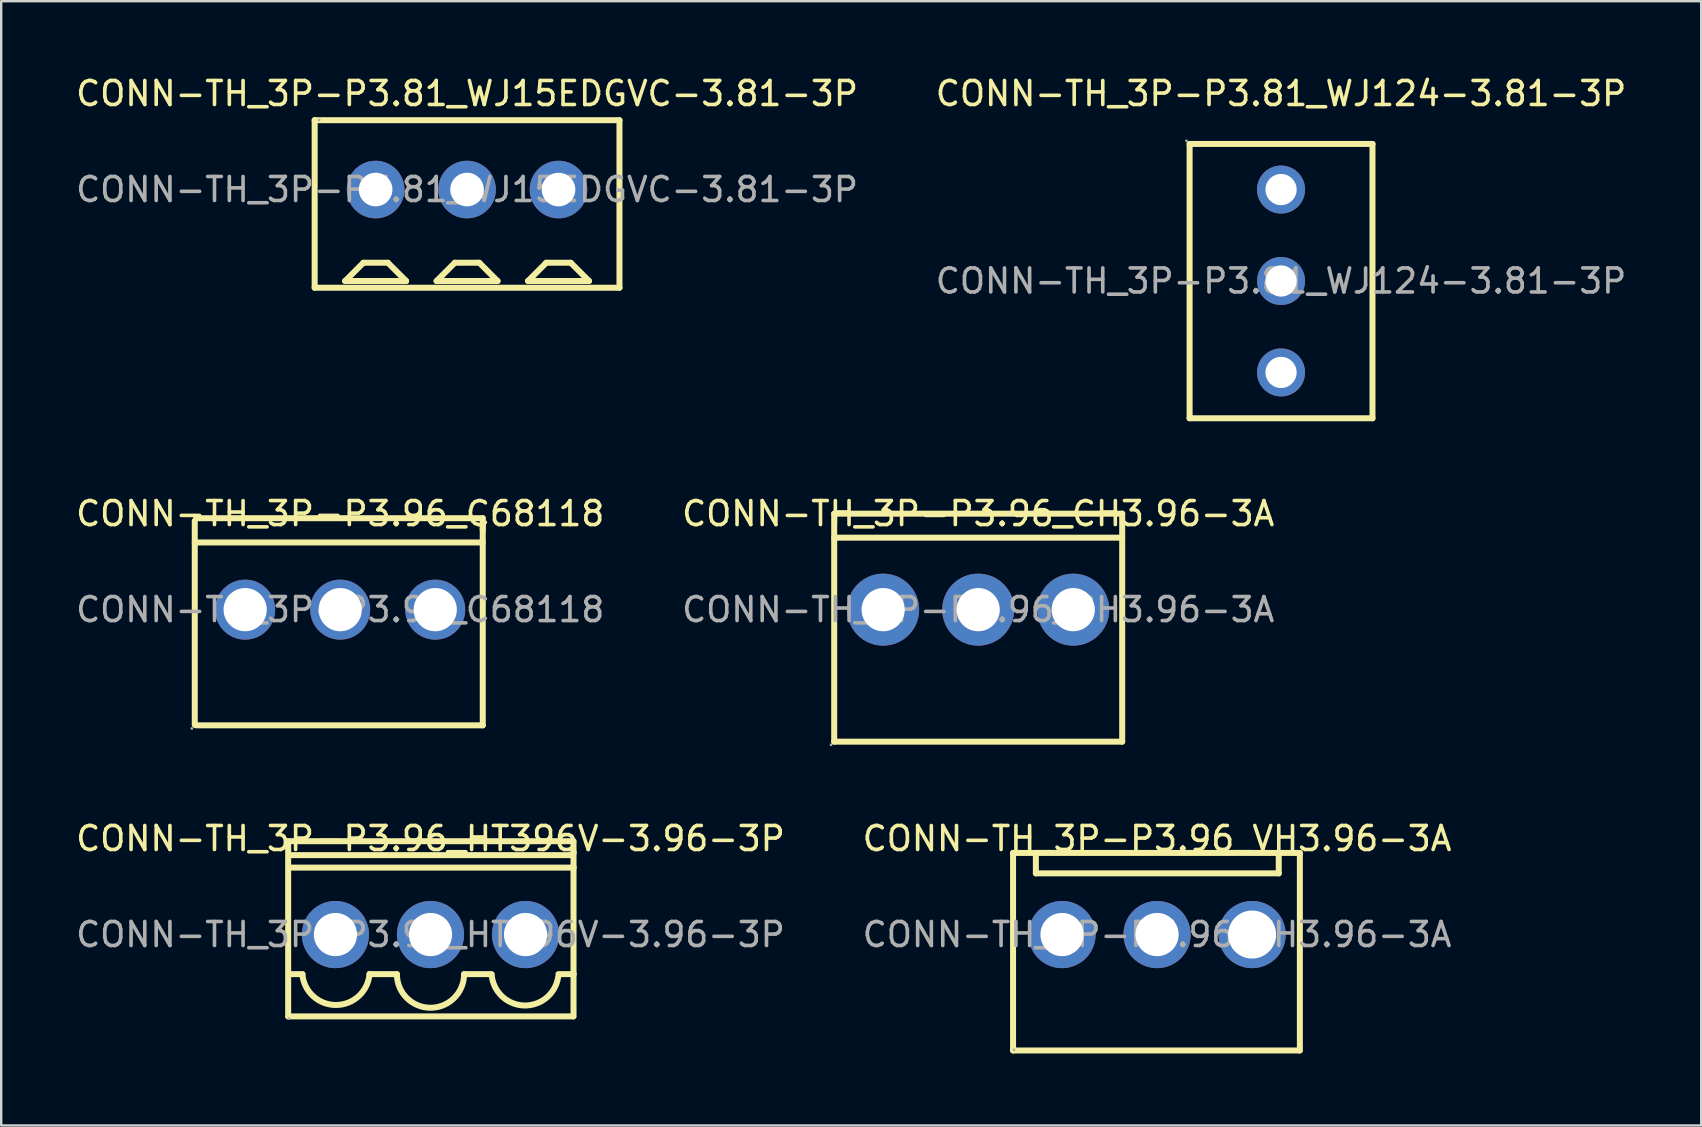
<source format=kicad_pcb>
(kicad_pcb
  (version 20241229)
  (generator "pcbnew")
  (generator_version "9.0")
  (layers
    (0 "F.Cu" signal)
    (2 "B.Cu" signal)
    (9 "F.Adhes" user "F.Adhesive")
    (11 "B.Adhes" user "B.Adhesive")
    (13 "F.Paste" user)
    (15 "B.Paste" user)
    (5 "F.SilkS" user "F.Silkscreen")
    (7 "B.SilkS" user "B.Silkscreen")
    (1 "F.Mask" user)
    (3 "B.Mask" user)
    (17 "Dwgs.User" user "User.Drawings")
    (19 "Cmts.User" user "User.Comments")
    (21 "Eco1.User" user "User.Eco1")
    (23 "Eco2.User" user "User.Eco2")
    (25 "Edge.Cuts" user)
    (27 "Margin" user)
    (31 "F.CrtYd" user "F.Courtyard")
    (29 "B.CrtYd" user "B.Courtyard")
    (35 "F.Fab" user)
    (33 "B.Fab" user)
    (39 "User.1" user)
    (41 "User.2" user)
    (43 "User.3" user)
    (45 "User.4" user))
  (footprint "CONN-TH_3P-P3.96_VH3.96-3A"
    (layer "F.Cu")
    (at 45.161 35.89)
    (property "Reference" "CONN-TH_3P-P3.96_VH3.96-3A" (at 0 -4 0) (layer "F.SilkS") (effects (font (size 1 1) (thickness 0.15))))
    (attr through_hole)
    (fp_line (start -6 -3.4) (end 5.95 -3.4) (stroke (width 0.25) (type solid)) (layer "F.SilkS"))
    (fp_line (start -6 4.83) (end -6 -3.4) (stroke (width 0.25) (type solid)) (layer "F.SilkS"))
    (fp_line (start -5.05 -2.55) (end -5.05 -3.4) (stroke (width 0.25) (type solid)) (layer "F.SilkS"))
    (fp_line (start 5.07 -3.4) (end 5.07 -2.55) (stroke (width 0.25) (type solid)) (layer "F.SilkS"))
    (fp_line (start 5.07 -2.55) (end -5.05 -2.55) (stroke (width 0.25) (type solid)) (layer "F.SilkS"))
    (fp_line (start 5.94 4.83) (end -6 4.83) (stroke (width 0.25) (type solid)) (layer "F.SilkS"))
    (fp_line (start 5.95 -3.4) (end 5.95 4.83) (stroke (width 0.25) (type solid)) (layer "F.SilkS"))
    (fp_circle (center -5.96 4.8) (end -5.93 4.8) (stroke (width 0.06) (type solid)) (fill no) (layer "F.Fab"))
    (fp_text user "${REFERENCE}" (at 0 0 0) (layer "F.Fab") (effects (font (size 1 1) (thickness 0.15))))
    (pad "1" thru_hole circle (at -3.96 0) (size 2.8 2.8) (drill 1.8) (layers "*.Cu" "*.Paste" "*.Mask"))
    (pad "2" thru_hole circle (at 0 0) (size 2.8 2.8) (drill 1.8) (layers "*.Cu" "*.Paste" "*.Mask"))
    (pad "3" thru_hole circle (at 3.96 0) (size 2.8 2.8) (drill 2) (layers "*.Cu" "*.Paste" "*.Mask")))
  (footprint "CONN-TH_3P-P3.96_HT396V-3.96-3P"
    (layer "F.Cu")
    (at 14.887 35.89)
    (property "Reference" "CONN-TH_3P-P3.96_HT396V-3.96-3P" (at 0 -4 0) (layer "F.SilkS") (effects (font (size 1 1) (thickness 0.15))))
    (attr through_hole)
    (fp_line (start -5.93 -3.89) (end -5.93 3.41) (stroke (width 0.25) (type solid)) (layer "F.SilkS"))
    (fp_line (start -5.93 -3.89) (end 5.95 -3.89) (stroke (width 0.25) (type solid)) (layer "F.SilkS"))
    (fp_line (start -5.93 3.41) (end 5.95 3.41) (stroke (width 0.25) (type solid)) (layer "F.SilkS"))
    (fp_line (start -5.84 -3.31) (end 5.84 -3.31) (stroke (width 0.25) (type solid)) (layer "F.SilkS"))
    (fp_line (start -5.84 -2.79) (end 5.97 -2.79) (stroke (width 0.25) (type solid)) (layer "F.SilkS"))
    (fp_line (start -5.84 1.65) (end -5.33 1.65) (stroke (width 0.25) (type solid)) (layer "F.SilkS"))
    (fp_line (start -2.54 1.65) (end -1.4 1.65) (stroke (width 0.25) (type solid)) (layer "F.SilkS"))
    (fp_line (start 1.4 1.65) (end 2.54 1.65) (stroke (width 0.25) (type solid)) (layer "F.SilkS"))
    (fp_line (start 5.33 1.65) (end 5.97 1.65) (stroke (width 0.25) (type solid)) (layer "F.SilkS"))
    (fp_line (start 5.84 -3.31) (end 5.97 -3.42) (stroke (width 0.25) (type solid)) (layer "F.SilkS"))
    (fp_line (start 5.96 -3.89) (end 5.96 3.41) (stroke (width 0.25) (type solid)) (layer "F.SilkS"))
    (fp_arc (start -2.54 1.64) (mid -3.931485 2.934289) (end -5.338563 1.65697) (stroke (width 0.25) (type solid)) (layer "F.SilkS"))
    (fp_arc (start 1.4 1.65) (mid 0 3.05) (end -1.4 1.65) (stroke (width 0.25) (type solid)) (layer "F.SilkS"))
    (fp_arc (start 5.32 1.77) (mid 3.885014 2.954803) (end 2.547751 1.660713) (stroke (width 0.25) (type solid)) (layer "F.SilkS"))
    (fp_circle (center -5.9 3.5) (end -5.87 3.5) (stroke (width 0.06) (type solid)) (fill no) (layer "F.Fab"))
    (fp_text user "${REFERENCE}" (at 0 0 0) (layer "F.Fab") (effects (font (size 1 1) (thickness 0.15))))
    (pad "1" thru_hole circle (at -3.96 0) (size 2.8 2.8) (drill 1.8) (layers "*.Cu" "*.Paste" "*.Mask"))
    (pad "2" thru_hole circle (at 0 0) (size 2.8 2.8) (drill 1.8) (layers "*.Cu" "*.Paste" "*.Mask"))
    (pad "3" thru_hole circle (at 3.96 0) (size 2.8 2.8) (drill 1.8) (layers "*.Cu" "*.Paste" "*.Mask")))
  (footprint "CONN-TH_3P-P3.81_WJ15EDGVC-3.81-3P"
    (layer "F.Cu")
    (at 16.411 4.848)
    (property "Reference" "CONN-TH_3P-P3.81_WJ15EDGVC-3.81-3P" (at 0 -4 0) (layer "F.SilkS") (effects (font (size 1 1) (thickness 0.15))))
    (attr through_hole)
    (fp_line (start -6.35 -2.89) (end -6.35 4.09) (stroke (width 0.25) (type solid)) (layer "F.SilkS"))
    (fp_line (start -6.35 -2.89) (end 6.35 -2.89) (stroke (width 0.25) (type solid)) (layer "F.SilkS"))
    (fp_line (start -6.35 4.09) (end 6.35 4.09) (stroke (width 0.25) (type solid)) (layer "F.SilkS"))
    (fp_line (start -5.08 3.81) (end -4.32 3.05) (stroke (width 0.25) (type solid)) (layer "F.SilkS"))
    (fp_line (start -4.32 3.05) (end -3.3 3.05) (stroke (width 0.25) (type solid)) (layer "F.SilkS"))
    (fp_line (start -3.3 3.05) (end -2.54 3.81) (stroke (width 0.25) (type solid)) (layer "F.SilkS"))
    (fp_line (start -2.54 3.81) (end -5.08 3.81) (stroke (width 0.25) (type solid)) (layer "F.SilkS"))
    (fp_line (start -1.27 3.81) (end -0.51 3.05) (stroke (width 0.25) (type solid)) (layer "F.SilkS"))
    (fp_line (start -0.51 3.05) (end 0.51 3.05) (stroke (width 0.25) (type solid)) (layer "F.SilkS"))
    (fp_line (start 0.51 3.05) (end 1.27 3.81) (stroke (width 0.25) (type solid)) (layer "F.SilkS"))
    (fp_line (start 1.27 3.81) (end -1.27 3.81) (stroke (width 0.25) (type solid)) (layer "F.SilkS"))
    (fp_line (start 2.54 3.81) (end 3.3 3.05) (stroke (width 0.25) (type solid)) (layer "F.SilkS"))
    (fp_line (start 3.3 3.05) (end 4.32 3.05) (stroke (width 0.25) (type solid)) (layer "F.SilkS"))
    (fp_line (start 4.32 3.05) (end 5.08 3.81) (stroke (width 0.25) (type solid)) (layer "F.SilkS"))
    (fp_line (start 5.08 3.81) (end 2.54 3.81) (stroke (width 0.25) (type solid)) (layer "F.SilkS"))
    (fp_line (start 6.35 -2.89) (end 6.35 4.09) (stroke (width 0.25) (type solid)) (layer "F.SilkS"))
    (fp_circle (center -6.16 -2.9) (end -6.13 -2.9) (stroke (width 0.06) (type solid)) (fill no) (layer "F.Fab"))
    (fp_circle (center -3.81 0) (end -3.51 0) (stroke (width 0.6) (type solid)) (fill no) (layer "F.Fab"))
    (fp_circle (center 0 0) (end 0.3 0) (stroke (width 0.6) (type solid)) (fill no) (layer "F.Fab"))
    (fp_circle (center 3.81 0) (end 4.11 0) (stroke (width 0.6) (type solid)) (fill no) (layer "F.Fab"))
    (fp_text user "${REFERENCE}" (at 0 0 0) (layer "F.Fab") (effects (font (size 1 1) (thickness 0.15))))
    (pad "1" thru_hole circle (at -3.81 0) (size 2.4 2.4) (drill 1.4) (layers "*.Cu" "*.Paste" "*.Mask"))
    (pad "2" thru_hole circle (at 0 0) (size 2.4 2.4) (drill 1.4) (layers "*.Cu" "*.Paste" "*.Mask"))
    (pad "3" thru_hole circle (at 3.81 0) (size 2.4 2.4) (drill 1.4) (layers "*.Cu" "*.Paste" "*.Mask")))
  (footprint "CONN-TH_3P-P3.96_C68118"
    (layer "F.Cu")
    (at 11.125 22.352)
    (property "Reference" "CONN-TH_3P-P3.96_C68118" (at 0 -4 0) (layer "F.SilkS") (effects (font (size 1 1) (thickness 0.15))))
    (attr through_hole)
    (fp_line (start -6.06 -3.7) (end -6.06 4.8) (stroke (width 0.25) (type solid)) (layer "F.SilkS"))
    (fp_line (start -6.06 -2.8) (end 5.94 -2.8) (stroke (width 0.25) (type solid)) (layer "F.SilkS"))
    (fp_line (start -6 -3.81) (end 5.94 -3.81) (stroke (width 0.25) (type solid)) (layer "F.SilkS"))
    (fp_line (start 5.94 -3.81) (end 5.94 -3.31) (stroke (width 0.25) (type solid)) (layer "F.SilkS"))
    (fp_line (start 5.94 4.82) (end -6 4.82) (stroke (width 0.25) (type solid)) (layer "F.SilkS"))
    (fp_line (start 5.94 4.82) (end 5.94 -3.56) (stroke (width 0.25) (type solid)) (layer "F.SilkS"))
    (fp_circle (center -6.18 4.95) (end -6.15 4.95) (stroke (width 0.06) (type solid)) (fill no) (layer "F.Fab"))
    (fp_circle (center -3.96 0) (end -3.56 0) (stroke (width 0.8) (type solid)) (fill no) (layer "F.Fab"))
    (fp_circle (center 0 0) (end 0.4 0) (stroke (width 0.8) (type solid)) (fill no) (layer "F.Fab"))
    (fp_circle (center 3.96 0) (end 4.36 0) (stroke (width 0.8) (type solid)) (fill no) (layer "F.Fab"))
    (fp_text user "${REFERENCE}" (at 0 0 0) (layer "F.Fab") (effects (font (size 1 1) (thickness 0.15))))
    (pad "1" thru_hole circle (at -3.96 0) (size 2.5 2.5) (drill 1.8) (layers "*.Cu" "*.Paste" "*.Mask"))
    (pad "2" thru_hole circle (at 0 0) (size 2.5 2.5) (drill 1.8) (layers "*.Cu" "*.Paste" "*.Mask"))
    (pad "3" thru_hole circle (at 3.96 0) (size 2.5 2.5) (drill 1.8) (layers "*.Cu" "*.Paste" "*.Mask")))
  (footprint "CONN-TH_3P-P3.96_CH3.96-3A"
    (layer "F.Cu")
    (at 37.708 22.352)
    (property "Reference" "CONN-TH_3P-P3.96_CH3.96-3A" (at 0 -4 0) (layer "F.SilkS") (effects (font (size 1 1) (thickness 0.15))))
    (attr through_hole)
    (fp_line (start -6 -4) (end -6 5.5) (stroke (width 0.25) (type solid)) (layer "F.SilkS"))
    (fp_line (start -6 -4) (end 6 -4) (stroke (width 0.25) (type solid)) (layer "F.SilkS"))
    (fp_line (start -6 -3) (end 6 -3) (stroke (width 0.25) (type solid)) (layer "F.SilkS"))
    (fp_line (start -6 5.5) (end 6 5.5) (stroke (width 0.25) (type solid)) (layer "F.SilkS"))
    (fp_line (start 6 -4) (end 6 5.5) (stroke (width 0.25) (type solid)) (layer "F.SilkS"))
    (fp_circle (center -6.13 5.63) (end -6.1 5.63) (stroke (width 0.06) (type solid)) (fill no) (layer "F.Fab"))
    (fp_circle (center -3.96 0) (end -3.56 0) (stroke (width 0.8) (type solid)) (fill no) (layer "F.Fab"))
    (fp_circle (center 0 0) (end 0.4 0) (stroke (width 0.8) (type solid)) (fill no) (layer "F.Fab"))
    (fp_circle (center 3.96 0) (end 4.36 0) (stroke (width 0.8) (type solid)) (fill no) (layer "F.Fab"))
    (fp_text user "${REFERENCE}" (at 0 0 0) (layer "F.Fab") (effects (font (size 1 1) (thickness 0.15))))
    (pad "1" thru_hole circle (at -3.96 0) (size 3 3) (drill 1.8) (layers "*.Cu" "*.Paste" "*.Mask"))
    (pad "2" thru_hole circle (at 0 0) (size 3 3) (drill 1.8) (layers "*.Cu" "*.Paste" "*.Mask"))
    (pad "3" thru_hole circle (at 3.96 0) (size 3 3) (drill 1.8) (layers "*.Cu" "*.Paste" "*.Mask")))
  (footprint "CONN-TH_3P-P3.81_WJ124-3.81-3P"
    (layer "F.Cu")
    (at 50.327 8.658)
    (property "Reference" "CONN-TH_3P-P3.81_WJ124-3.81-3P" (at 0 -7.81 0) (layer "F.SilkS") (effects (font (size 1 1) (thickness 0.15))))
    (attr through_hole)
    (fp_line (start -3.81 -5.71) (end -3.81 5.72) (stroke (width 0.25) (type solid)) (layer "F.SilkS"))
    (fp_line (start -3.81 5.72) (end 3.81 5.72) (stroke (width 0.25) (type solid)) (layer "F.SilkS"))
    (fp_line (start 3.81 -5.71) (end -3.81 -5.71) (stroke (width 0.25) (type solid)) (layer "F.SilkS"))
    (fp_line (start 3.81 5.72) (end 3.81 -5.71) (stroke (width 0.25) (type solid)) (layer "F.SilkS"))
    (fp_circle (center -3.94 -5.84) (end -3.91 -5.84) (stroke (width 0.06) (type solid)) (fill no) (layer "F.Fab"))
    (fp_circle (center 0 -3.81) (end 0.28 -3.81) (stroke (width 0.55) (type solid)) (fill no) (layer "F.Fab"))
    (fp_circle (center 0 0) (end 0.28 0) (stroke (width 0.55) (type solid)) (fill no) (layer "F.Fab"))
    (fp_circle (center 0 3.81) (end 0.28 3.81) (stroke (width 0.55) (type solid)) (fill no) (layer "F.Fab"))
    (fp_text user "${REFERENCE}" (at 0 0 0) (layer "F.Fab") (effects (font (size 1 1) (thickness 0.15))))
    (pad "1" thru_hole circle (at 0 -3.81 270) (size 2 2) (drill 1.3) (layers "*.Cu" "*.Paste" "*.Mask"))
    (pad "2" thru_hole circle (at 0 0 270) (size 2 2) (drill 1.3) (layers "*.Cu" "*.Paste" "*.Mask"))
    (pad "3" thru_hole circle (at 0 3.81 270) (size 2 2) (drill 1.3) (layers "*.Cu" "*.Paste" "*.Mask")))
  (gr_rect
    (start -3 -3)
    (end 67.833 43.845)
    (stroke (width 0.1) (type default))
    (fill no)
    (layer "Edge.Cuts")))
</source>
